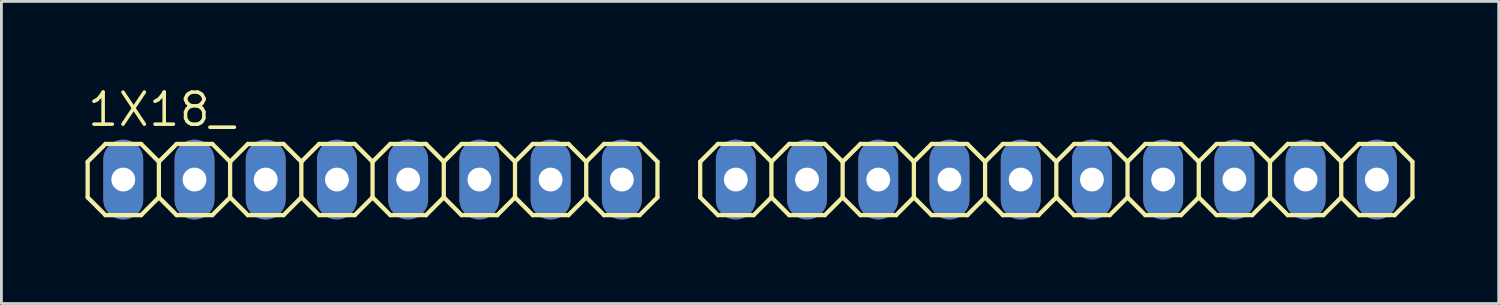
<source format=kicad_pcb>
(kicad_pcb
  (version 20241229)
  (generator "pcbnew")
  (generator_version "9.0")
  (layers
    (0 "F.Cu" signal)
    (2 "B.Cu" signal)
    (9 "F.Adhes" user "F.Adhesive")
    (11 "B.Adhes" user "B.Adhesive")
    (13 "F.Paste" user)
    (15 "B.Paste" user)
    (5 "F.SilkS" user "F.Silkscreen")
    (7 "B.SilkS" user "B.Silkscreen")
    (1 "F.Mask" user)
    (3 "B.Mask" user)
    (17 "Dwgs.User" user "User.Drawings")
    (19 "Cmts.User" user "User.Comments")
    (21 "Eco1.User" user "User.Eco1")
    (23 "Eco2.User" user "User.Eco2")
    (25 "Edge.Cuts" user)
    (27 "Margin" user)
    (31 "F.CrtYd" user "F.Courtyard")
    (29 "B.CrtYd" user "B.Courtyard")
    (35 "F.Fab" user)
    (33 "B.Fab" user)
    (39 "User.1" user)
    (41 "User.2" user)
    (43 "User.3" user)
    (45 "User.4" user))
  (footprint "1X18_"
    (layer "F.Cu")
    (at 19.126 3.353)
    (property "Reference" "1X18_" (at -19.126 -1.829 0) (unlocked yes) (layer "F.SilkS") (effects (font (size 1.143 1.143) (thickness 0.127)) (justify left bottom)))
    (fp_line (start -19.05 -0.635) (end -19.05 0.635) (stroke (width 0.152) (type solid)) (layer "F.SilkS"))
    (fp_line (start -19.05 0.635) (end -18.415 1.27) (stroke (width 0.152) (type solid)) (layer "F.SilkS"))
    (fp_line (start -18.415 -1.27) (end -19.05 -0.635) (stroke (width 0.152) (type solid)) (layer "F.SilkS"))
    (fp_line (start -18.415 -1.27) (end -17.145 -1.27) (stroke (width 0.152) (type solid)) (layer "F.SilkS"))
    (fp_line (start -17.145 -1.27) (end -16.51 -0.635) (stroke (width 0.152) (type solid)) (layer "F.SilkS"))
    (fp_line (start -17.145 1.27) (end -18.415 1.27) (stroke (width 0.152) (type solid)) (layer "F.SilkS"))
    (fp_line (start -16.51 -0.635) (end -16.51 0.635) (stroke (width 0.152) (type solid)) (layer "F.SilkS"))
    (fp_line (start -16.51 -0.635) (end -15.875 -1.27) (stroke (width 0.152) (type solid)) (layer "F.SilkS"))
    (fp_line (start -16.51 0.635) (end -17.145 1.27) (stroke (width 0.152) (type solid)) (layer "F.SilkS"))
    (fp_line (start -15.875 -1.27) (end -14.605 -1.27) (stroke (width 0.152) (type solid)) (layer "F.SilkS"))
    (fp_line (start -15.875 1.27) (end -16.51 0.635) (stroke (width 0.152) (type solid)) (layer "F.SilkS"))
    (fp_line (start -14.605 -1.27) (end -13.97 -0.635) (stroke (width 0.152) (type solid)) (layer "F.SilkS"))
    (fp_line (start -14.605 1.27) (end -15.875 1.27) (stroke (width 0.152) (type solid)) (layer "F.SilkS"))
    (fp_line (start -13.97 -0.635) (end -13.97 0.635) (stroke (width 0.152) (type solid)) (layer "F.SilkS"))
    (fp_line (start -13.97 -0.635) (end -13.335 -1.27) (stroke (width 0.152) (type solid)) (layer "F.SilkS"))
    (fp_line (start -13.97 0.635) (end -14.605 1.27) (stroke (width 0.152) (type solid)) (layer "F.SilkS"))
    (fp_line (start -13.335 -1.27) (end -12.065 -1.27) (stroke (width 0.152) (type solid)) (layer "F.SilkS"))
    (fp_line (start -13.335 1.27) (end -13.97 0.635) (stroke (width 0.152) (type solid)) (layer "F.SilkS"))
    (fp_line (start -12.065 -1.27) (end -11.43 -0.635) (stroke (width 0.152) (type solid)) (layer "F.SilkS"))
    (fp_line (start -12.065 1.27) (end -13.335 1.27) (stroke (width 0.152) (type solid)) (layer "F.SilkS"))
    (fp_line (start -11.43 -0.635) (end -11.43 0.635) (stroke (width 0.152) (type solid)) (layer "F.SilkS"))
    (fp_line (start -11.43 0.635) (end -12.065 1.27) (stroke (width 0.152) (type solid)) (layer "F.SilkS"))
    (fp_line (start -11.43 0.635) (end -10.795 1.27) (stroke (width 0.152) (type solid)) (layer "F.SilkS"))
    (fp_line (start -10.795 -1.27) (end -11.43 -0.635) (stroke (width 0.152) (type solid)) (layer "F.SilkS"))
    (fp_line (start -10.795 -1.27) (end -9.525 -1.27) (stroke (width 0.152) (type solid)) (layer "F.SilkS"))
    (fp_line (start -9.525 -1.27) (end -8.89 -0.635) (stroke (width 0.152) (type solid)) (layer "F.SilkS"))
    (fp_line (start -9.525 1.27) (end -10.795 1.27) (stroke (width 0.152) (type solid)) (layer "F.SilkS"))
    (fp_line (start -8.89 -0.635) (end -8.89 0.635) (stroke (width 0.152) (type solid)) (layer "F.SilkS"))
    (fp_line (start -8.89 -0.635) (end -8.255 -1.27) (stroke (width 0.152) (type solid)) (layer "F.SilkS"))
    (fp_line (start -8.89 0.635) (end -9.525 1.27) (stroke (width 0.152) (type solid)) (layer "F.SilkS"))
    (fp_line (start -8.255 -1.27) (end -6.985 -1.27) (stroke (width 0.152) (type solid)) (layer "F.SilkS"))
    (fp_line (start -8.255 1.27) (end -8.89 0.635) (stroke (width 0.152) (type solid)) (layer "F.SilkS"))
    (fp_line (start -6.985 -1.27) (end -6.35 -0.635) (stroke (width 0.152) (type solid)) (layer "F.SilkS"))
    (fp_line (start -6.985 1.27) (end -8.255 1.27) (stroke (width 0.152) (type solid)) (layer "F.SilkS"))
    (fp_line (start -6.35 -0.635) (end -6.35 0.635) (stroke (width 0.152) (type solid)) (layer "F.SilkS"))
    (fp_line (start -6.35 -0.635) (end -5.715 -1.27) (stroke (width 0.152) (type solid)) (layer "F.SilkS"))
    (fp_line (start -6.35 0.635) (end -6.985 1.27) (stroke (width 0.152) (type solid)) (layer "F.SilkS"))
    (fp_line (start -5.715 -1.27) (end -4.445 -1.27) (stroke (width 0.152) (type solid)) (layer "F.SilkS"))
    (fp_line (start -5.715 1.27) (end -6.35 0.635) (stroke (width 0.152) (type solid)) (layer "F.SilkS"))
    (fp_line (start -4.445 -1.27) (end -3.81 -0.635) (stroke (width 0.152) (type solid)) (layer "F.SilkS"))
    (fp_line (start -4.445 1.27) (end -5.715 1.27) (stroke (width 0.152) (type solid)) (layer "F.SilkS"))
    (fp_line (start -3.81 -0.635) (end -3.81 0.635) (stroke (width 0.152) (type solid)) (layer "F.SilkS"))
    (fp_line (start -3.81 0.635) (end -4.445 1.27) (stroke (width 0.152) (type solid)) (layer "F.SilkS"))
    (fp_line (start -3.81 0.635) (end -3.175 1.27) (stroke (width 0.152) (type solid)) (layer "F.SilkS"))
    (fp_line (start -3.175 -1.27) (end -3.81 -0.635) (stroke (width 0.152) (type solid)) (layer "F.SilkS"))
    (fp_line (start -3.175 -1.27) (end -1.905 -1.27) (stroke (width 0.152) (type solid)) (layer "F.SilkS"))
    (fp_line (start -1.905 -1.27) (end -1.27 -0.635) (stroke (width 0.152) (type solid)) (layer "F.SilkS"))
    (fp_line (start -1.905 1.27) (end -3.175 1.27) (stroke (width 0.152) (type solid)) (layer "F.SilkS"))
    (fp_line (start -1.27 -0.635) (end -1.27 0.635) (stroke (width 0.152) (type solid)) (layer "F.SilkS"))
    (fp_line (start -1.27 0.635) (end -1.905 1.27) (stroke (width 0.152) (type solid)) (layer "F.SilkS"))
    (fp_line (start -1.27 0.635) (end -0.635 1.27) (stroke (width 0.152) (type solid)) (layer "F.SilkS"))
    (fp_line (start -0.635 -1.27) (end -1.27 -0.635) (stroke (width 0.152) (type solid)) (layer "F.SilkS"))
    (fp_line (start -0.635 -1.27) (end 0.635 -1.27) (stroke (width 0.152) (type solid)) (layer "F.SilkS"))
    (fp_line (start 0.635 -1.27) (end 1.27 -0.635) (stroke (width 0.152) (type solid)) (layer "F.SilkS"))
    (fp_line (start 0.635 1.27) (end -0.635 1.27) (stroke (width 0.152) (type solid)) (layer "F.SilkS"))
    (fp_line (start 1.27 -0.635) (end 1.27 0.635) (stroke (width 0.152) (type solid)) (layer "F.SilkS"))
    (fp_line (start 1.27 0.635) (end 0.635 1.27) (stroke (width 0.152) (type solid)) (layer "F.SilkS"))
    (fp_line (start 2.794 -0.635) (end 2.794 0.635) (stroke (width 0.152) (type solid)) (layer "F.SilkS"))
    (fp_line (start 2.794 0.635) (end 3.429 1.27) (stroke (width 0.152) (type solid)) (layer "F.SilkS"))
    (fp_line (start 3.429 -1.27) (end 2.794 -0.635) (stroke (width 0.152) (type solid)) (layer "F.SilkS"))
    (fp_line (start 3.429 -1.27) (end 4.699 -1.27) (stroke (width 0.152) (type solid)) (layer "F.SilkS"))
    (fp_line (start 4.699 -1.27) (end 5.334 -0.635) (stroke (width 0.152) (type solid)) (layer "F.SilkS"))
    (fp_line (start 4.699 1.27) (end 3.429 1.27) (stroke (width 0.152) (type solid)) (layer "F.SilkS"))
    (fp_line (start 5.334 -0.635) (end 5.334 0.635) (stroke (width 0.152) (type solid)) (layer "F.SilkS"))
    (fp_line (start 5.334 -0.635) (end 5.969 -1.27) (stroke (width 0.152) (type solid)) (layer "F.SilkS"))
    (fp_line (start 5.334 0.635) (end 4.699 1.27) (stroke (width 0.152) (type solid)) (layer "F.SilkS"))
    (fp_line (start 5.969 -1.27) (end 7.239 -1.27) (stroke (width 0.152) (type solid)) (layer "F.SilkS"))
    (fp_line (start 5.969 1.27) (end 5.334 0.635) (stroke (width 0.152) (type solid)) (layer "F.SilkS"))
    (fp_line (start 7.239 -1.27) (end 7.874 -0.635) (stroke (width 0.152) (type solid)) (layer "F.SilkS"))
    (fp_line (start 7.239 1.27) (end 5.969 1.27) (stroke (width 0.152) (type solid)) (layer "F.SilkS"))
    (fp_line (start 7.874 -0.635) (end 7.874 0.635) (stroke (width 0.152) (type solid)) (layer "F.SilkS"))
    (fp_line (start 7.874 -0.635) (end 8.509 -1.27) (stroke (width 0.152) (type solid)) (layer "F.SilkS"))
    (fp_line (start 7.874 0.635) (end 7.239 1.27) (stroke (width 0.152) (type solid)) (layer "F.SilkS"))
    (fp_line (start 8.509 -1.27) (end 9.779 -1.27) (stroke (width 0.152) (type solid)) (layer "F.SilkS"))
    (fp_line (start 8.509 1.27) (end 7.874 0.635) (stroke (width 0.152) (type solid)) (layer "F.SilkS"))
    (fp_line (start 9.779 -1.27) (end 10.414 -0.635) (stroke (width 0.152) (type solid)) (layer "F.SilkS"))
    (fp_line (start 9.779 1.27) (end 8.509 1.27) (stroke (width 0.152) (type solid)) (layer "F.SilkS"))
    (fp_line (start 10.414 -0.635) (end 10.414 0.635) (stroke (width 0.152) (type solid)) (layer "F.SilkS"))
    (fp_line (start 10.414 0.635) (end 9.779 1.27) (stroke (width 0.152) (type solid)) (layer "F.SilkS"))
    (fp_line (start 10.414 0.635) (end 11.049 1.27) (stroke (width 0.152) (type solid)) (layer "F.SilkS"))
    (fp_line (start 11.049 -1.27) (end 10.414 -0.635) (stroke (width 0.152) (type solid)) (layer "F.SilkS"))
    (fp_line (start 11.049 -1.27) (end 12.319 -1.27) (stroke (width 0.152) (type solid)) (layer "F.SilkS"))
    (fp_line (start 12.319 -1.27) (end 12.954 -0.635) (stroke (width 0.152) (type solid)) (layer "F.SilkS"))
    (fp_line (start 12.319 1.27) (end 11.049 1.27) (stroke (width 0.152) (type solid)) (layer "F.SilkS"))
    (fp_line (start 12.954 -0.635) (end 12.954 0.635) (stroke (width 0.152) (type solid)) (layer "F.SilkS"))
    (fp_line (start 12.954 -0.635) (end 13.589 -1.27) (stroke (width 0.152) (type solid)) (layer "F.SilkS"))
    (fp_line (start 12.954 0.635) (end 12.319 1.27) (stroke (width 0.152) (type solid)) (layer "F.SilkS"))
    (fp_line (start 13.589 -1.27) (end 14.859 -1.27) (stroke (width 0.152) (type solid)) (layer "F.SilkS"))
    (fp_line (start 13.589 1.27) (end 12.954 0.635) (stroke (width 0.152) (type solid)) (layer "F.SilkS"))
    (fp_line (start 14.859 -1.27) (end 15.494 -0.635) (stroke (width 0.152) (type solid)) (layer "F.SilkS"))
    (fp_line (start 14.859 1.27) (end 13.589 1.27) (stroke (width 0.152) (type solid)) (layer "F.SilkS"))
    (fp_line (start 15.494 -0.635) (end 15.494 0.635) (stroke (width 0.152) (type solid)) (layer "F.SilkS"))
    (fp_line (start 15.494 -0.635) (end 16.129 -1.27) (stroke (width 0.152) (type solid)) (layer "F.SilkS"))
    (fp_line (start 15.494 0.635) (end 14.859 1.27) (stroke (width 0.152) (type solid)) (layer "F.SilkS"))
    (fp_line (start 16.129 -1.27) (end 17.399 -1.27) (stroke (width 0.152) (type solid)) (layer "F.SilkS"))
    (fp_line (start 16.129 1.27) (end 15.494 0.635) (stroke (width 0.152) (type solid)) (layer "F.SilkS"))
    (fp_line (start 17.399 -1.27) (end 18.034 -0.635) (stroke (width 0.152) (type solid)) (layer "F.SilkS"))
    (fp_line (start 17.399 1.27) (end 16.129 1.27) (stroke (width 0.152) (type solid)) (layer "F.SilkS"))
    (fp_line (start 18.034 -0.635) (end 18.034 0.635) (stroke (width 0.152) (type solid)) (layer "F.SilkS"))
    (fp_line (start 18.034 0.635) (end 17.399 1.27) (stroke (width 0.152) (type solid)) (layer "F.SilkS"))
    (fp_line (start 18.034 0.635) (end 18.669 1.27) (stroke (width 0.152) (type solid)) (layer "F.SilkS"))
    (fp_line (start 18.669 -1.27) (end 18.034 -0.635) (stroke (width 0.152) (type solid)) (layer "F.SilkS"))
    (fp_line (start 18.669 -1.27) (end 19.939 -1.27) (stroke (width 0.152) (type solid)) (layer "F.SilkS"))
    (fp_line (start 19.939 -1.27) (end 20.574 -0.635) (stroke (width 0.152) (type solid)) (layer "F.SilkS"))
    (fp_line (start 19.939 1.27) (end 18.669 1.27) (stroke (width 0.152) (type solid)) (layer "F.SilkS"))
    (fp_line (start 20.574 -0.635) (end 20.574 0.635) (stroke (width 0.152) (type solid)) (layer "F.SilkS"))
    (fp_line (start 20.574 0.635) (end 19.939 1.27) (stroke (width 0.152) (type solid)) (layer "F.SilkS"))
    (fp_line (start 20.574 0.635) (end 21.209 1.27) (stroke (width 0.152) (type solid)) (layer "F.SilkS"))
    (fp_line (start 21.209 -1.27) (end 20.574 -0.635) (stroke (width 0.152) (type solid)) (layer "F.SilkS"))
    (fp_line (start 21.209 -1.27) (end 22.479 -1.27) (stroke (width 0.152) (type solid)) (layer "F.SilkS"))
    (fp_line (start 22.479 -1.27) (end 23.114 -0.635) (stroke (width 0.152) (type solid)) (layer "F.SilkS"))
    (fp_line (start 22.479 1.27) (end 21.209 1.27) (stroke (width 0.152) (type solid)) (layer "F.SilkS"))
    (fp_line (start 23.114 -0.635) (end 23.114 0.635) (stroke (width 0.152) (type solid)) (layer "F.SilkS"))
    (fp_line (start 23.114 0.635) (end 22.479 1.27) (stroke (width 0.152) (type solid)) (layer "F.SilkS"))
    (fp_line (start 23.114 0.635) (end 23.749 1.27) (stroke (width 0.152) (type solid)) (layer "F.SilkS"))
    (fp_line (start 23.749 -1.27) (end 23.114 -0.635) (stroke (width 0.152) (type solid)) (layer "F.SilkS"))
    (fp_line (start 23.749 -1.27) (end 25.019 -1.27) (stroke (width 0.152) (type solid)) (layer "F.SilkS"))
    (fp_line (start 25.019 -1.27) (end 25.654 -0.635) (stroke (width 0.152) (type solid)) (layer "F.SilkS"))
    (fp_line (start 25.019 1.27) (end 23.749 1.27) (stroke (width 0.152) (type solid)) (layer "F.SilkS"))
    (fp_line (start 25.654 -0.635) (end 25.654 0.635) (stroke (width 0.152) (type solid)) (layer "F.SilkS"))
    (fp_line (start 25.654 0.635) (end 25.019 1.27) (stroke (width 0.152) (type solid)) (layer "F.SilkS"))
    (fp_line (start 25.654 0.635) (end 26.289 1.27) (stroke (width 0.152) (type solid)) (layer "F.SilkS"))
    (fp_line (start 26.289 -1.27) (end 25.654 -0.635) (stroke (width 0.152) (type solid)) (layer "F.SilkS"))
    (fp_line (start 26.289 -1.27) (end 27.559 -1.27) (stroke (width 0.152) (type solid)) (layer "F.SilkS"))
    (fp_line (start 27.559 -1.27) (end 28.194 -0.635) (stroke (width 0.152) (type solid)) (layer "F.SilkS"))
    (fp_line (start 27.559 1.27) (end 26.289 1.27) (stroke (width 0.152) (type solid)) (layer "F.SilkS"))
    (fp_line (start 28.194 -0.635) (end 28.194 0.635) (stroke (width 0.152) (type solid)) (layer "F.SilkS"))
    (fp_line (start 28.194 0.635) (end 27.559 1.27) (stroke (width 0.152) (type solid)) (layer "F.SilkS"))
    (fp_poly (pts (xy -18.034 0.254) (xy -17.526 0.254) (xy -17.526 -0.254) (xy -18.034 -0.254)) (stroke (width 0.1) (type default)) (fill no) (layer "F.Fab"))
    (fp_poly (pts (xy -15.494 0.254) (xy -14.986 0.254) (xy -14.986 -0.254) (xy -15.494 -0.254)) (stroke (width 0.1) (type default)) (fill no) (layer "F.Fab"))
    (fp_poly (pts (xy -12.954 0.254) (xy -12.446 0.254) (xy -12.446 -0.254) (xy -12.954 -0.254)) (stroke (width 0.1) (type default)) (fill no) (layer "F.Fab"))
    (fp_poly (pts (xy -10.414 0.254) (xy -9.906 0.254) (xy -9.906 -0.254) (xy -10.414 -0.254)) (stroke (width 0.1) (type default)) (fill no) (layer "F.Fab"))
    (fp_poly (pts (xy -7.874 0.254) (xy -7.366 0.254) (xy -7.366 -0.254) (xy -7.874 -0.254)) (stroke (width 0.1) (type default)) (fill no) (layer "F.Fab"))
    (fp_poly (pts (xy -5.334 0.254) (xy -4.826 0.254) (xy -4.826 -0.254) (xy -5.334 -0.254)) (stroke (width 0.1) (type default)) (fill no) (layer "F.Fab"))
    (fp_poly (pts (xy -2.794 0.254) (xy -2.286 0.254) (xy -2.286 -0.254) (xy -2.794 -0.254)) (stroke (width 0.1) (type default)) (fill no) (layer "F.Fab"))
    (fp_poly (pts (xy -0.254 0.254) (xy 0.254 0.254) (xy 0.254 -0.254) (xy -0.254 -0.254)) (stroke (width 0.1) (type default)) (fill no) (layer "F.Fab"))
    (fp_poly (pts (xy 3.81 0.254) (xy 4.318 0.254) (xy 4.318 -0.254) (xy 3.81 -0.254)) (stroke (width 0.1) (type default)) (fill no) (layer "F.Fab"))
    (fp_poly (pts (xy 6.35 0.254) (xy 6.858 0.254) (xy 6.858 -0.254) (xy 6.35 -0.254)) (stroke (width 0.1) (type default)) (fill no) (layer "F.Fab"))
    (fp_poly (pts (xy 8.89 0.254) (xy 9.398 0.254) (xy 9.398 -0.254) (xy 8.89 -0.254)) (stroke (width 0.1) (type default)) (fill no) (layer "F.Fab"))
    (fp_poly (pts (xy 11.43 0.254) (xy 11.938 0.254) (xy 11.938 -0.254) (xy 11.43 -0.254)) (stroke (width 0.1) (type default)) (fill no) (layer "F.Fab"))
    (fp_poly (pts (xy 13.97 0.254) (xy 14.478 0.254) (xy 14.478 -0.254) (xy 13.97 -0.254)) (stroke (width 0.1) (type default)) (fill no) (layer "F.Fab"))
    (fp_poly (pts (xy 16.51 0.254) (xy 17.018 0.254) (xy 17.018 -0.254) (xy 16.51 -0.254)) (stroke (width 0.1) (type default)) (fill no) (layer "F.Fab"))
    (fp_poly (pts (xy 19.05 0.254) (xy 19.558 0.254) (xy 19.558 -0.254) (xy 19.05 -0.254)) (stroke (width 0.1) (type default)) (fill no) (layer "F.Fab"))
    (fp_poly (pts (xy 21.59 0.254) (xy 22.098 0.254) (xy 22.098 -0.254) (xy 21.59 -0.254)) (stroke (width 0.1) (type default)) (fill no) (layer "F.Fab"))
    (fp_poly (pts (xy 24.13 0.254) (xy 24.638 0.254) (xy 24.638 -0.254) (xy 24.13 -0.254)) (stroke (width 0.1) (type default)) (fill no) (layer "F.Fab"))
    (fp_poly (pts (xy 26.67 0.254) (xy 27.178 0.254) (xy 27.178 -0.254) (xy 26.67 -0.254)) (stroke (width 0.1) (type default)) (fill no) (layer "F.Fab"))
    (pad "1" thru_hole oval (at -17.78 0 90) (size 2.845 1.422) (drill 0.85) (layers "*.Cu" "*.Mask"))
    (pad "2" thru_hole oval (at -15.24 0 90) (size 2.845 1.422) (drill 0.85) (layers "*.Cu" "*.Mask"))
    (pad "3" thru_hole oval (at -12.7 0 90) (size 2.845 1.422) (drill 0.85) (layers "*.Cu" "*.Mask"))
    (pad "4" thru_hole oval (at -10.16 0 90) (size 2.845 1.422) (drill 0.85) (layers "*.Cu" "*.Mask"))
    (pad "5" thru_hole oval (at -7.62 0 90) (size 2.845 1.422) (drill 0.85) (layers "*.Cu" "*.Mask"))
    (pad "6" thru_hole oval (at -5.08 0 90) (size 2.845 1.422) (drill 0.85) (layers "*.Cu" "*.Mask"))
    (pad "7" thru_hole oval (at -2.54 0 90) (size 2.845 1.422) (drill 0.85) (layers "*.Cu" "*.Mask"))
    (pad "8" thru_hole oval (at 0 0 90) (size 2.845 1.422) (drill 0.85) (layers "*.Cu" "*.Mask"))
    (pad "9" thru_hole oval (at 4.064 0 90) (size 2.845 1.422) (drill 0.85) (layers "*.Cu" "*.Mask"))
    (pad "10" thru_hole oval (at 6.604 0 90) (size 2.845 1.422) (drill 0.85) (layers "*.Cu" "*.Mask"))
    (pad "11" thru_hole oval (at 9.144 0 90) (size 2.845 1.422) (drill 0.85) (layers "*.Cu" "*.Mask"))
    (pad "12" thru_hole oval (at 11.684 0 90) (size 2.845 1.422) (drill 0.85) (layers "*.Cu" "*.Mask"))
    (pad "13" thru_hole oval (at 14.224 0 90) (size 2.845 1.422) (drill 0.85) (layers "*.Cu" "*.Mask"))
    (pad "14" thru_hole oval (at 16.764 0 90) (size 2.845 1.422) (drill 0.85) (layers "*.Cu" "*.Mask"))
    (pad "15" thru_hole oval (at 19.304 0 90) (size 2.845 1.422) (drill 0.85) (layers "*.Cu" "*.Mask"))
    (pad "16" thru_hole oval (at 21.844 0 90) (size 2.845 1.422) (drill 0.85) (layers "*.Cu" "*.Mask"))
    (pad "17" thru_hole oval (at 24.384 0 90) (size 2.845 1.422) (drill 0.85) (layers "*.Cu" "*.Mask"))
    (pad "18" thru_hole oval (at 26.924 0 90) (size 2.845 1.422) (drill 0.85) (layers "*.Cu" "*.Mask")))
  (gr_rect
    (start -3 -3)
    (end 50.396 7.775)
    (stroke (width 0.1) (type default))
    (fill no)
    (layer "Edge.Cuts")))
</source>
